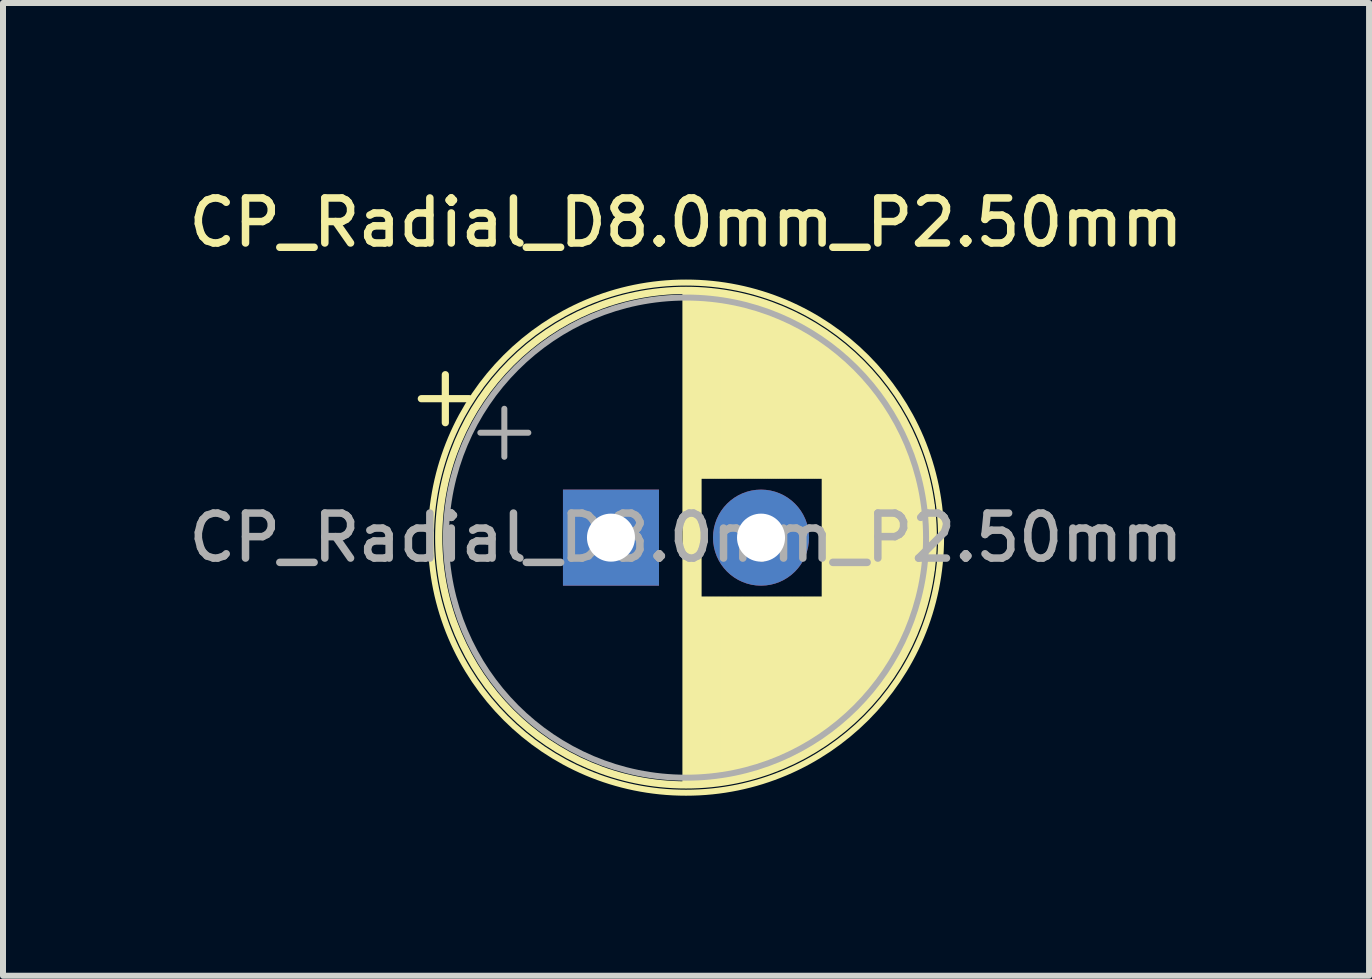
<source format=kicad_pcb>
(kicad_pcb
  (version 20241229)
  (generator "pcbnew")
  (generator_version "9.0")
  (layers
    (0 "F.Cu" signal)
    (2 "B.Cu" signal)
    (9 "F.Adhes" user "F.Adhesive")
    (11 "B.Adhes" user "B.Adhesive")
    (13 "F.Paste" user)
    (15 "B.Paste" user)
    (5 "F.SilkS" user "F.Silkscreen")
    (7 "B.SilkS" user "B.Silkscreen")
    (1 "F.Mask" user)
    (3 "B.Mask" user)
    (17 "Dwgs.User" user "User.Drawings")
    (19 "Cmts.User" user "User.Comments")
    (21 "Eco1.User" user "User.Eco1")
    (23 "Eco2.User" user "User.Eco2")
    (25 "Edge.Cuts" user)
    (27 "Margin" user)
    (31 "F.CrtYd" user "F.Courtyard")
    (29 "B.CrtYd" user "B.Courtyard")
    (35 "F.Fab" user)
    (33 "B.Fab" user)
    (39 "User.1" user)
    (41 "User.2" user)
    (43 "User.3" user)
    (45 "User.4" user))
  (footprint "CP_Radial_D8.0mm_P2.50mm"
    (layer "F.Cu")
    (at 7.13 5.908)
    (property "Reference" "CP_Radial_D8.0mm_P2.50mm" (at 1.25 -5.25 0) (layer "F.SilkS") (effects (font (size 0.75 0.75) (thickness 0.125))))
    (attr through_hole)
    (fp_line (start -3.16 -2.315) (end -2.36 -2.315) (stroke (width 0.12) (type solid)) (layer "F.SilkS"))
    (fp_line (start -2.76 -2.715) (end -2.76 -1.915) (stroke (width 0.12) (type solid)) (layer "F.SilkS"))
    (fp_line (start 1.25 -4.08) (end 1.25 4.08) (stroke (width 0.12) (type solid)) (layer "F.SilkS"))
    (fp_line (start 1.29 -4.08) (end 1.29 4.08) (stroke (width 0.12) (type solid)) (layer "F.SilkS"))
    (fp_line (start 1.33 -4.08) (end 1.33 4.08) (stroke (width 0.12) (type solid)) (layer "F.SilkS"))
    (fp_line (start 1.37 -4.079) (end 1.37 4.079) (stroke (width 0.12) (type solid)) (layer "F.SilkS"))
    (fp_line (start 1.41 -4.077) (end 1.41 4.077) (stroke (width 0.12) (type solid)) (layer "F.SilkS"))
    (fp_line (start 1.45 -4.076) (end 1.45 4.076) (stroke (width 0.12) (type solid)) (layer "F.SilkS"))
    (fp_line (start 1.49 -4.074) (end 1.49 -1.04) (stroke (width 0.12) (type solid)) (layer "F.SilkS"))
    (fp_line (start 1.49 1.04) (end 1.49 4.074) (stroke (width 0.12) (type solid)) (layer "F.SilkS"))
    (fp_line (start 1.53 -4.071) (end 1.53 -1.04) (stroke (width 0.12) (type solid)) (layer "F.SilkS"))
    (fp_line (start 1.53 1.04) (end 1.53 4.071) (stroke (width 0.12) (type solid)) (layer "F.SilkS"))
    (fp_line (start 1.57 -4.068) (end 1.57 -1.04) (stroke (width 0.12) (type solid)) (layer "F.SilkS"))
    (fp_line (start 1.57 1.04) (end 1.57 4.068) (stroke (width 0.12) (type solid)) (layer "F.SilkS"))
    (fp_line (start 1.61 -4.065) (end 1.61 -1.04) (stroke (width 0.12) (type solid)) (layer "F.SilkS"))
    (fp_line (start 1.61 1.04) (end 1.61 4.065) (stroke (width 0.12) (type solid)) (layer "F.SilkS"))
    (fp_line (start 1.65 -4.061) (end 1.65 -1.04) (stroke (width 0.12) (type solid)) (layer "F.SilkS"))
    (fp_line (start 1.65 1.04) (end 1.65 4.061) (stroke (width 0.12) (type solid)) (layer "F.SilkS"))
    (fp_line (start 1.69 -4.057) (end 1.69 -1.04) (stroke (width 0.12) (type solid)) (layer "F.SilkS"))
    (fp_line (start 1.69 1.04) (end 1.69 4.057) (stroke (width 0.12) (type solid)) (layer "F.SilkS"))
    (fp_line (start 1.73 -4.052) (end 1.73 -1.04) (stroke (width 0.12) (type solid)) (layer "F.SilkS"))
    (fp_line (start 1.73 1.04) (end 1.73 4.052) (stroke (width 0.12) (type solid)) (layer "F.SilkS"))
    (fp_line (start 1.77 -4.048) (end 1.77 -1.04) (stroke (width 0.12) (type solid)) (layer "F.SilkS"))
    (fp_line (start 1.77 1.04) (end 1.77 4.048) (stroke (width 0.12) (type solid)) (layer "F.SilkS"))
    (fp_line (start 1.81 -4.042) (end 1.81 -1.04) (stroke (width 0.12) (type solid)) (layer "F.SilkS"))
    (fp_line (start 1.81 1.04) (end 1.81 4.042) (stroke (width 0.12) (type solid)) (layer "F.SilkS"))
    (fp_line (start 1.85 -4.037) (end 1.85 -1.04) (stroke (width 0.12) (type solid)) (layer "F.SilkS"))
    (fp_line (start 1.85 1.04) (end 1.85 4.037) (stroke (width 0.12) (type solid)) (layer "F.SilkS"))
    (fp_line (start 1.89 -4.03) (end 1.89 -1.04) (stroke (width 0.12) (type solid)) (layer "F.SilkS"))
    (fp_line (start 1.89 1.04) (end 1.89 4.03) (stroke (width 0.12) (type solid)) (layer "F.SilkS"))
    (fp_line (start 1.93 -4.024) (end 1.93 -1.04) (stroke (width 0.12) (type solid)) (layer "F.SilkS"))
    (fp_line (start 1.93 1.04) (end 1.93 4.024) (stroke (width 0.12) (type solid)) (layer "F.SilkS"))
    (fp_line (start 1.971 -4.017) (end 1.971 -1.04) (stroke (width 0.12) (type solid)) (layer "F.SilkS"))
    (fp_line (start 1.971 1.04) (end 1.971 4.017) (stroke (width 0.12) (type solid)) (layer "F.SilkS"))
    (fp_line (start 2.011 -4.01) (end 2.011 -1.04) (stroke (width 0.12) (type solid)) (layer "F.SilkS"))
    (fp_line (start 2.011 1.04) (end 2.011 4.01) (stroke (width 0.12) (type solid)) (layer "F.SilkS"))
    (fp_line (start 2.051 -4.002) (end 2.051 -1.04) (stroke (width 0.12) (type solid)) (layer "F.SilkS"))
    (fp_line (start 2.051 1.04) (end 2.051 4.002) (stroke (width 0.12) (type solid)) (layer "F.SilkS"))
    (fp_line (start 2.091 -3.994) (end 2.091 -1.04) (stroke (width 0.12) (type solid)) (layer "F.SilkS"))
    (fp_line (start 2.091 1.04) (end 2.091 3.994) (stroke (width 0.12) (type solid)) (layer "F.SilkS"))
    (fp_line (start 2.131 -3.985) (end 2.131 -1.04) (stroke (width 0.12) (type solid)) (layer "F.SilkS"))
    (fp_line (start 2.131 1.04) (end 2.131 3.985) (stroke (width 0.12) (type solid)) (layer "F.SilkS"))
    (fp_line (start 2.171 -3.976) (end 2.171 -1.04) (stroke (width 0.12) (type solid)) (layer "F.SilkS"))
    (fp_line (start 2.171 1.04) (end 2.171 3.976) (stroke (width 0.12) (type solid)) (layer "F.SilkS"))
    (fp_line (start 2.211 -3.967) (end 2.211 -1.04) (stroke (width 0.12) (type solid)) (layer "F.SilkS"))
    (fp_line (start 2.211 1.04) (end 2.211 3.967) (stroke (width 0.12) (type solid)) (layer "F.SilkS"))
    (fp_line (start 2.251 -3.957) (end 2.251 -1.04) (stroke (width 0.12) (type solid)) (layer "F.SilkS"))
    (fp_line (start 2.251 1.04) (end 2.251 3.957) (stroke (width 0.12) (type solid)) (layer "F.SilkS"))
    (fp_line (start 2.291 -3.947) (end 2.291 -1.04) (stroke (width 0.12) (type solid)) (layer "F.SilkS"))
    (fp_line (start 2.291 1.04) (end 2.291 3.947) (stroke (width 0.12) (type solid)) (layer "F.SilkS"))
    (fp_line (start 2.331 -3.936) (end 2.331 -1.04) (stroke (width 0.12) (type solid)) (layer "F.SilkS"))
    (fp_line (start 2.331 1.04) (end 2.331 3.936) (stroke (width 0.12) (type solid)) (layer "F.SilkS"))
    (fp_line (start 2.371 -3.925) (end 2.371 -1.04) (stroke (width 0.12) (type solid)) (layer "F.SilkS"))
    (fp_line (start 2.371 1.04) (end 2.371 3.925) (stroke (width 0.12) (type solid)) (layer "F.SilkS"))
    (fp_line (start 2.411 -3.914) (end 2.411 -1.04) (stroke (width 0.12) (type solid)) (layer "F.SilkS"))
    (fp_line (start 2.411 1.04) (end 2.411 3.914) (stroke (width 0.12) (type solid)) (layer "F.SilkS"))
    (fp_line (start 2.451 -3.902) (end 2.451 -1.04) (stroke (width 0.12) (type solid)) (layer "F.SilkS"))
    (fp_line (start 2.451 1.04) (end 2.451 3.902) (stroke (width 0.12) (type solid)) (layer "F.SilkS"))
    (fp_line (start 2.491 -3.889) (end 2.491 -1.04) (stroke (width 0.12) (type solid)) (layer "F.SilkS"))
    (fp_line (start 2.491 1.04) (end 2.491 3.889) (stroke (width 0.12) (type solid)) (layer "F.SilkS"))
    (fp_line (start 2.531 -3.877) (end 2.531 -1.04) (stroke (width 0.12) (type solid)) (layer "F.SilkS"))
    (fp_line (start 2.531 1.04) (end 2.531 3.877) (stroke (width 0.12) (type solid)) (layer "F.SilkS"))
    (fp_line (start 2.571 -3.863) (end 2.571 -1.04) (stroke (width 0.12) (type solid)) (layer "F.SilkS"))
    (fp_line (start 2.571 1.04) (end 2.571 3.863) (stroke (width 0.12) (type solid)) (layer "F.SilkS"))
    (fp_line (start 2.611 -3.85) (end 2.611 -1.04) (stroke (width 0.12) (type solid)) (layer "F.SilkS"))
    (fp_line (start 2.611 1.04) (end 2.611 3.85) (stroke (width 0.12) (type solid)) (layer "F.SilkS"))
    (fp_line (start 2.651 -3.835) (end 2.651 -1.04) (stroke (width 0.12) (type solid)) (layer "F.SilkS"))
    (fp_line (start 2.651 1.04) (end 2.651 3.835) (stroke (width 0.12) (type solid)) (layer "F.SilkS"))
    (fp_line (start 2.691 -3.821) (end 2.691 -1.04) (stroke (width 0.12) (type solid)) (layer "F.SilkS"))
    (fp_line (start 2.691 1.04) (end 2.691 3.821) (stroke (width 0.12) (type solid)) (layer "F.SilkS"))
    (fp_line (start 2.731 -3.805) (end 2.731 -1.04) (stroke (width 0.12) (type solid)) (layer "F.SilkS"))
    (fp_line (start 2.731 1.04) (end 2.731 3.805) (stroke (width 0.12) (type solid)) (layer "F.SilkS"))
    (fp_line (start 2.771 -3.79) (end 2.771 -1.04) (stroke (width 0.12) (type solid)) (layer "F.SilkS"))
    (fp_line (start 2.771 1.04) (end 2.771 3.79) (stroke (width 0.12) (type solid)) (layer "F.SilkS"))
    (fp_line (start 2.811 -3.774) (end 2.811 -1.04) (stroke (width 0.12) (type solid)) (layer "F.SilkS"))
    (fp_line (start 2.811 1.04) (end 2.811 3.774) (stroke (width 0.12) (type solid)) (layer "F.SilkS"))
    (fp_line (start 2.851 -3.757) (end 2.851 -1.04) (stroke (width 0.12) (type solid)) (layer "F.SilkS"))
    (fp_line (start 2.851 1.04) (end 2.851 3.757) (stroke (width 0.12) (type solid)) (layer "F.SilkS"))
    (fp_line (start 2.891 -3.74) (end 2.891 -1.04) (stroke (width 0.12) (type solid)) (layer "F.SilkS"))
    (fp_line (start 2.891 1.04) (end 2.891 3.74) (stroke (width 0.12) (type solid)) (layer "F.SilkS"))
    (fp_line (start 2.931 -3.722) (end 2.931 -1.04) (stroke (width 0.12) (type solid)) (layer "F.SilkS"))
    (fp_line (start 2.931 1.04) (end 2.931 3.722) (stroke (width 0.12) (type solid)) (layer "F.SilkS"))
    (fp_line (start 2.971 -3.704) (end 2.971 -1.04) (stroke (width 0.12) (type solid)) (layer "F.SilkS"))
    (fp_line (start 2.971 1.04) (end 2.971 3.704) (stroke (width 0.12) (type solid)) (layer "F.SilkS"))
    (fp_line (start 3.011 -3.686) (end 3.011 -1.04) (stroke (width 0.12) (type solid)) (layer "F.SilkS"))
    (fp_line (start 3.011 1.04) (end 3.011 3.686) (stroke (width 0.12) (type solid)) (layer "F.SilkS"))
    (fp_line (start 3.051 -3.666) (end 3.051 -1.04) (stroke (width 0.12) (type solid)) (layer "F.SilkS"))
    (fp_line (start 3.051 1.04) (end 3.051 3.666) (stroke (width 0.12) (type solid)) (layer "F.SilkS"))
    (fp_line (start 3.091 -3.647) (end 3.091 -1.04) (stroke (width 0.12) (type solid)) (layer "F.SilkS"))
    (fp_line (start 3.091 1.04) (end 3.091 3.647) (stroke (width 0.12) (type solid)) (layer "F.SilkS"))
    (fp_line (start 3.131 -3.627) (end 3.131 -1.04) (stroke (width 0.12) (type solid)) (layer "F.SilkS"))
    (fp_line (start 3.131 1.04) (end 3.131 3.627) (stroke (width 0.12) (type solid)) (layer "F.SilkS"))
    (fp_line (start 3.171 -3.606) (end 3.171 -1.04) (stroke (width 0.12) (type solid)) (layer "F.SilkS"))
    (fp_line (start 3.171 1.04) (end 3.171 3.606) (stroke (width 0.12) (type solid)) (layer "F.SilkS"))
    (fp_line (start 3.211 -3.584) (end 3.211 -1.04) (stroke (width 0.12) (type solid)) (layer "F.SilkS"))
    (fp_line (start 3.211 1.04) (end 3.211 3.584) (stroke (width 0.12) (type solid)) (layer "F.SilkS"))
    (fp_line (start 3.251 -3.562) (end 3.251 -1.04) (stroke (width 0.12) (type solid)) (layer "F.SilkS"))
    (fp_line (start 3.251 1.04) (end 3.251 3.562) (stroke (width 0.12) (type solid)) (layer "F.SilkS"))
    (fp_line (start 3.291 -3.54) (end 3.291 -1.04) (stroke (width 0.12) (type solid)) (layer "F.SilkS"))
    (fp_line (start 3.291 1.04) (end 3.291 3.54) (stroke (width 0.12) (type solid)) (layer "F.SilkS"))
    (fp_line (start 3.331 -3.517) (end 3.331 -1.04) (stroke (width 0.12) (type solid)) (layer "F.SilkS"))
    (fp_line (start 3.331 1.04) (end 3.331 3.517) (stroke (width 0.12) (type solid)) (layer "F.SilkS"))
    (fp_line (start 3.371 -3.493) (end 3.371 -1.04) (stroke (width 0.12) (type solid)) (layer "F.SilkS"))
    (fp_line (start 3.371 1.04) (end 3.371 3.493) (stroke (width 0.12) (type solid)) (layer "F.SilkS"))
    (fp_line (start 3.411 -3.469) (end 3.411 -1.04) (stroke (width 0.12) (type solid)) (layer "F.SilkS"))
    (fp_line (start 3.411 1.04) (end 3.411 3.469) (stroke (width 0.12) (type solid)) (layer "F.SilkS"))
    (fp_line (start 3.451 -3.444) (end 3.451 -1.04) (stroke (width 0.12) (type solid)) (layer "F.SilkS"))
    (fp_line (start 3.451 1.04) (end 3.451 3.444) (stroke (width 0.12) (type solid)) (layer "F.SilkS"))
    (fp_line (start 3.491 -3.418) (end 3.491 -1.04) (stroke (width 0.12) (type solid)) (layer "F.SilkS"))
    (fp_line (start 3.491 1.04) (end 3.491 3.418) (stroke (width 0.12) (type solid)) (layer "F.SilkS"))
    (fp_line (start 3.531 -3.392) (end 3.531 -1.04) (stroke (width 0.12) (type solid)) (layer "F.SilkS"))
    (fp_line (start 3.531 1.04) (end 3.531 3.392) (stroke (width 0.12) (type solid)) (layer "F.SilkS"))
    (fp_line (start 3.571 -3.365) (end 3.571 3.365) (stroke (width 0.12) (type solid)) (layer "F.SilkS"))
    (fp_line (start 3.611 -3.338) (end 3.611 3.338) (stroke (width 0.12) (type solid)) (layer "F.SilkS"))
    (fp_line (start 3.651 -3.309) (end 3.651 3.309) (stroke (width 0.12) (type solid)) (layer "F.SilkS"))
    (fp_line (start 3.691 -3.28) (end 3.691 3.28) (stroke (width 0.12) (type solid)) (layer "F.SilkS"))
    (fp_line (start 3.731 -3.25) (end 3.731 3.25) (stroke (width 0.12) (type solid)) (layer "F.SilkS"))
    (fp_line (start 3.771 -3.22) (end 3.771 3.22) (stroke (width 0.12) (type solid)) (layer "F.SilkS"))
    (fp_line (start 3.811 -3.189) (end 3.811 3.189) (stroke (width 0.12) (type solid)) (layer "F.SilkS"))
    (fp_line (start 3.851 -3.156) (end 3.851 3.156) (stroke (width 0.12) (type solid)) (layer "F.SilkS"))
    (fp_line (start 3.891 -3.124) (end 3.891 3.124) (stroke (width 0.12) (type solid)) (layer "F.SilkS"))
    (fp_line (start 3.931 -3.09) (end 3.931 3.09) (stroke (width 0.12) (type solid)) (layer "F.SilkS"))
    (fp_line (start 3.971 -3.055) (end 3.971 3.055) (stroke (width 0.12) (type solid)) (layer "F.SilkS"))
    (fp_line (start 4.011 -3.019) (end 4.011 3.019) (stroke (width 0.12) (type solid)) (layer "F.SilkS"))
    (fp_line (start 4.051 -2.983) (end 4.051 2.983) (stroke (width 0.12) (type solid)) (layer "F.SilkS"))
    (fp_line (start 4.091 -2.945) (end 4.091 2.945) (stroke (width 0.12) (type solid)) (layer "F.SilkS"))
    (fp_line (start 4.131 -2.907) (end 4.131 2.907) (stroke (width 0.12) (type solid)) (layer "F.SilkS"))
    (fp_line (start 4.171 -2.867) (end 4.171 2.867) (stroke (width 0.12) (type solid)) (layer "F.SilkS"))
    (fp_line (start 4.211 -2.826) (end 4.211 2.826) (stroke (width 0.12) (type solid)) (layer "F.SilkS"))
    (fp_line (start 4.251 -2.784) (end 4.251 2.784) (stroke (width 0.12) (type solid)) (layer "F.SilkS"))
    (fp_line (start 4.291 -2.741) (end 4.291 2.741) (stroke (width 0.12) (type solid)) (layer "F.SilkS"))
    (fp_line (start 4.331 -2.697) (end 4.331 2.697) (stroke (width 0.12) (type solid)) (layer "F.SilkS"))
    (fp_line (start 4.371 -2.651) (end 4.371 2.651) (stroke (width 0.12) (type solid)) (layer "F.SilkS"))
    (fp_line (start 4.411 -2.604) (end 4.411 2.604) (stroke (width 0.12) (type solid)) (layer "F.SilkS"))
    (fp_line (start 4.451 -2.556) (end 4.451 2.556) (stroke (width 0.12) (type solid)) (layer "F.SilkS"))
    (fp_line (start 4.491 -2.505) (end 4.491 2.505) (stroke (width 0.12) (type solid)) (layer "F.SilkS"))
    (fp_line (start 4.531 -2.454) (end 4.531 2.454) (stroke (width 0.12) (type solid)) (layer "F.SilkS"))
    (fp_line (start 4.571 -2.4) (end 4.571 2.4) (stroke (width 0.12) (type solid)) (layer "F.SilkS"))
    (fp_line (start 4.611 -2.345) (end 4.611 2.345) (stroke (width 0.12) (type solid)) (layer "F.SilkS"))
    (fp_line (start 4.651 -2.287) (end 4.651 2.287) (stroke (width 0.12) (type solid)) (layer "F.SilkS"))
    (fp_line (start 4.691 -2.228) (end 4.691 2.228) (stroke (width 0.12) (type solid)) (layer "F.SilkS"))
    (fp_line (start 4.731 -2.166) (end 4.731 2.166) (stroke (width 0.12) (type solid)) (layer "F.SilkS"))
    (fp_line (start 4.771 -2.102) (end 4.771 2.102) (stroke (width 0.12) (type solid)) (layer "F.SilkS"))
    (fp_line (start 4.811 -2.034) (end 4.811 2.034) (stroke (width 0.12) (type solid)) (layer "F.SilkS"))
    (fp_line (start 4.851 -1.964) (end 4.851 1.964) (stroke (width 0.12) (type solid)) (layer "F.SilkS"))
    (fp_line (start 4.891 -1.89) (end 4.891 1.89) (stroke (width 0.12) (type solid)) (layer "F.SilkS"))
    (fp_line (start 4.931 -1.813) (end 4.931 1.813) (stroke (width 0.12) (type solid)) (layer "F.SilkS"))
    (fp_line (start 4.971 -1.731) (end 4.971 1.731) (stroke (width 0.12) (type solid)) (layer "F.SilkS"))
    (fp_line (start 5.011 -1.645) (end 5.011 1.645) (stroke (width 0.12) (type solid)) (layer "F.SilkS"))
    (fp_line (start 5.051 -1.552) (end 5.051 1.552) (stroke (width 0.12) (type solid)) (layer "F.SilkS"))
    (fp_line (start 5.091 -1.453) (end 5.091 1.453) (stroke (width 0.12) (type solid)) (layer "F.SilkS"))
    (fp_line (start 5.131 -1.346) (end 5.131 1.346) (stroke (width 0.12) (type solid)) (layer "F.SilkS"))
    (fp_line (start 5.171 -1.229) (end 5.171 1.229) (stroke (width 0.12) (type solid)) (layer "F.SilkS"))
    (fp_line (start 5.211 -1.098) (end 5.211 1.098) (stroke (width 0.12) (type solid)) (layer "F.SilkS"))
    (fp_line (start 5.251 -0.948) (end 5.251 0.948) (stroke (width 0.12) (type solid)) (layer "F.SilkS"))
    (fp_line (start 5.291 -0.768) (end 5.291 0.768) (stroke (width 0.12) (type solid)) (layer "F.SilkS"))
    (fp_line (start 5.331 -0.533) (end 5.331 0.533) (stroke (width 0.12) (type solid)) (layer "F.SilkS"))
    (fp_circle (center 1.25 0) (end 5.37 0) (stroke (width 0.12) (type solid)) (fill no) (layer "F.SilkS"))
    (fp_circle (center 1.25 0) (end 5.5 0) (stroke (width 0.1) (type solid)) (fill no) (layer "F.SilkS"))
    (fp_line (start -2.177 -1.748) (end -1.377 -1.748) (stroke (width 0.1) (type solid)) (layer "F.Fab"))
    (fp_line (start -1.777 -2.147) (end -1.777 -1.347) (stroke (width 0.1) (type solid)) (layer "F.Fab"))
    (fp_circle (center 1.25 0) (end 5.25 0) (stroke (width 0.1) (type solid)) (fill no) (layer "F.Fab"))
    (fp_text user "${REFERENCE}" (at 1.25 0 0) (layer "F.Fab") (effects (font (size 0.75 0.75) (thickness 0.125))))
    (pad "1" thru_hole rect (at 0 0) (size 1.6 1.6) (drill 0.8) (layers "*.Cu" "*.Mask"))
    (pad "2" thru_hole circle (at 2.5 0) (size 1.6 1.6) (drill 0.8) (layers "*.Cu" "*.Mask")))
  (gr_rect
    (start -3 -3)
    (end 19.761 13.208)
    (stroke (width 0.1) (type default))
    (fill no)
    (layer "Edge.Cuts")))
</source>
